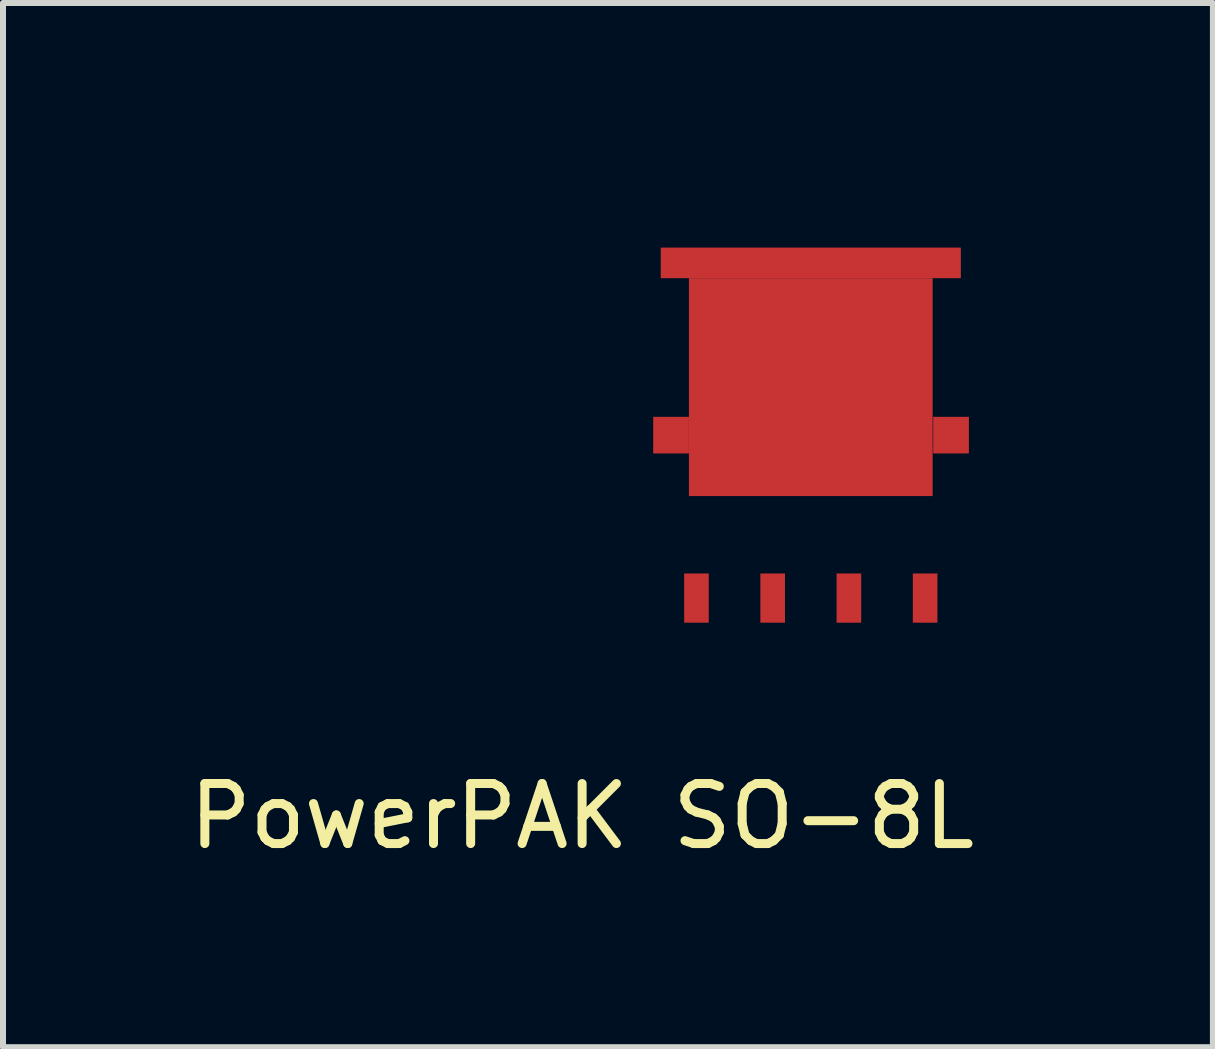
<source format=kicad_pcb>
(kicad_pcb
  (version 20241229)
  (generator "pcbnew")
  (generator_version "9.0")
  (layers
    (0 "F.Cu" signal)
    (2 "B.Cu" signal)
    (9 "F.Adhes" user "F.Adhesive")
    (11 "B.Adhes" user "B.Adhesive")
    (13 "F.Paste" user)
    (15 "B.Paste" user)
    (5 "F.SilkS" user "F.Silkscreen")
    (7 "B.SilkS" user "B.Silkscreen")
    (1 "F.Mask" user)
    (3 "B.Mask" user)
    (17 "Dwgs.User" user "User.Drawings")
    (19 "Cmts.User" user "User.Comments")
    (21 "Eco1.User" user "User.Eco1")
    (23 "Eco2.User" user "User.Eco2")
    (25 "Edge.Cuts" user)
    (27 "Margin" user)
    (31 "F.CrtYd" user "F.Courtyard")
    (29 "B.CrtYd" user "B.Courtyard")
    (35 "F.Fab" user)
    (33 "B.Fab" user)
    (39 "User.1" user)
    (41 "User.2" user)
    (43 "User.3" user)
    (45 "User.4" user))
  (footprint "PowerPAK SO-8L"
    (layer "F.Cu")
    (at 10.459 4.2)
    (property "Reference" "PowerPAK SO-8L" (at -3.81 6.35 0) (layer "F.SilkS") (effects (font (size 1 1) (thickness 0.15))))
    (attr through_hole)
    (fp_line (start -3.625 -4.125) (end -3.625 -3.125) (stroke (width 0.15) (type solid)) (layer "F.Mask"))
    (fp_line (start -3.625 4.125) (end -3.625 3.125) (stroke (width 0.15) (type solid)) (layer "F.Mask"))
    (fp_line (start -2.625 -4.125) (end -3.625 -4.125) (stroke (width 0.15) (type solid)) (layer "F.Mask"))
    (fp_line (start -2.625 4.125) (end -3.625 4.125) (stroke (width 0.15) (type solid)) (layer "F.Mask"))
    (fp_line (start 3.625 -4.125) (end 2.625 -4.125) (stroke (width 0.15) (type solid)) (layer "F.Mask"))
    (fp_line (start 3.625 -4.125) (end 3.625 -3.125) (stroke (width 0.15) (type solid)) (layer "F.Mask"))
    (fp_line (start 3.625 4.125) (end 2.625 4.125) (stroke (width 0.15) (type solid)) (layer "F.Mask"))
    (fp_line (start 3.625 4.125) (end 3.625 3.125) (stroke (width 0.15) (type solid)) (layer "F.Mask"))
    (pad "1" smd rect (at -1.905 2.715) (size 0.41 0.82) (layers "F.Cu" "F.Mask" "F.Paste"))
    (pad "1" smd rect (at -0.635 2.715) (size 0.41 0.82) (layers "F.Cu" "F.Mask" "F.Paste"))
    (pad "1" smd rect (at 0.635 2.715) (size 0.41 0.82) (layers "F.Cu" "F.Mask" "F.Paste"))
    (pad "2" smd rect (at 1.905 2.715) (size 0.41 0.82) (layers "F.Cu" "F.Mask" "F.Paste"))
    (pad "3" smd rect (at -2.328 0) (size 0.595 0.61) (layers "F.Cu" "F.Mask" "F.Paste"))
    (pad "3" smd rect (at 0 -2.87) (size 5 0.51) (layers "F.Cu" "F.Mask" "F.Paste"))
    (pad "3" smd rect (at 0 -0.8) (size 4.061 3.63) (layers "F.Cu" "F.Mask" "F.Paste"))
    (pad "3" smd rect (at 2.337 0) (size 0.595 0.61) (layers "F.Cu" "F.Mask" "F.Paste")))
  (gr_rect
    (start -3 -3)
    (end 17.159 14.398)
    (stroke (width 0.1) (type default))
    (fill no)
    (layer "Edge.Cuts")))
</source>
